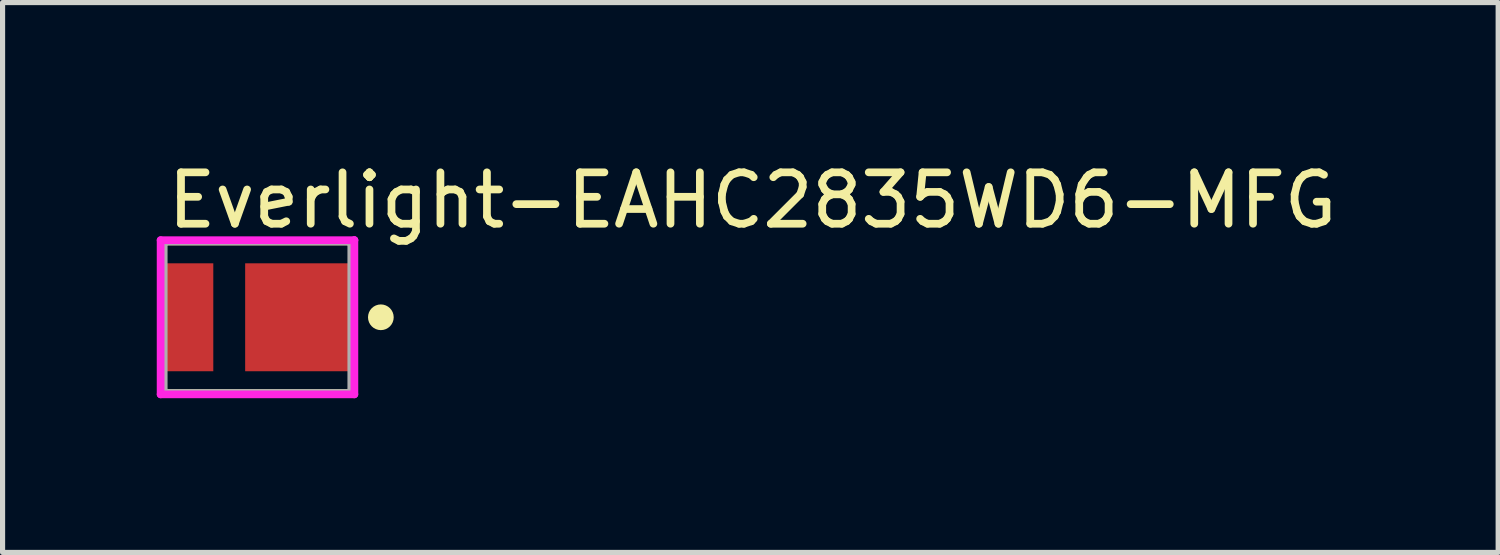
<source format=kicad_pcb>
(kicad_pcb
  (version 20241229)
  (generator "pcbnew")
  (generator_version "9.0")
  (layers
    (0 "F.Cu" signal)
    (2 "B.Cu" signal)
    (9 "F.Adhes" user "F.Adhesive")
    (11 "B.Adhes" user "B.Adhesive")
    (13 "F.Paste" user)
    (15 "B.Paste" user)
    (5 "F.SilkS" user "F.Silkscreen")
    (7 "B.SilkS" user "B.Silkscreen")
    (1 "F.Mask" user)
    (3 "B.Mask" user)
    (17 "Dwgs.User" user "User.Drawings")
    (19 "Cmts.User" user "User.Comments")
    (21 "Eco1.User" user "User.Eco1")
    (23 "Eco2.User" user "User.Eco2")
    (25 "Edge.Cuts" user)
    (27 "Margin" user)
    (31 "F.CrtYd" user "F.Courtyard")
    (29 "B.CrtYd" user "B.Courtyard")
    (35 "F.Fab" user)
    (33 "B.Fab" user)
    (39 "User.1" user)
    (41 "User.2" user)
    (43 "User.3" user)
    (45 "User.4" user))
  (footprint "Everlight-EAHC2835WD6-MFG"
    (layer "F.Cu")
    (at 1.96 3.123)
    (property "Reference" "Everlight-EAHC2835WD6-MFG" (at -1.825 -2.275 0) (layer "F.SilkS") (effects (font (size 1 1) (thickness 0.15)) (justify left)))
    (attr through_hole)
    (fp_line (start -1.825 -1.475) (end 1.825 -1.475) (stroke (width 0.15) (type solid)) (layer "F.SilkS"))
    (fp_line (start -1.825 -1.425) (end -1.825 -1.475) (stroke (width 0.15) (type solid)) (layer "F.SilkS"))
    (fp_line (start -1.825 1.475) (end -1.825 1.425) (stroke (width 0.15) (type solid)) (layer "F.SilkS"))
    (fp_line (start -1.825 1.475) (end 1.825 1.475) (stroke (width 0.15) (type solid)) (layer "F.SilkS"))
    (fp_line (start 1.825 -1.425) (end 1.825 -1.475) (stroke (width 0.15) (type solid)) (layer "F.SilkS"))
    (fp_line (start 1.825 1.475) (end 1.825 1.425) (stroke (width 0.15) (type solid)) (layer "F.SilkS"))
    (fp_circle (center 2.4 0) (end 2.525 0) (stroke (width 0.25) (type solid)) (fill no) (layer "F.SilkS"))
    (fp_line (start -1.885 -1.5) (end -1.885 1.5) (stroke (width 0.15) (type solid)) (layer "F.CrtYd"))
    (fp_line (start -1.885 1.5) (end 1.885 1.5) (stroke (width 0.15) (type solid)) (layer "F.CrtYd"))
    (fp_line (start 1.885 -1.5) (end -1.885 -1.5) (stroke (width 0.15) (type solid)) (layer "F.CrtYd"))
    (fp_line (start 1.885 -1.5) (end 1.885 -1.5) (stroke (width 0.15) (type solid)) (layer "F.CrtYd"))
    (fp_line (start 1.885 1.5) (end 1.885 -1.5) (stroke (width 0.15) (type solid)) (layer "F.CrtYd"))
    (fp_line (start -1.825 -1.475) (end 1.825 -1.475) (stroke (width 0.15) (type solid)) (layer "F.Fab"))
    (fp_line (start -1.825 1.475) (end -1.825 -1.475) (stroke (width 0.15) (type solid)) (layer "F.Fab"))
    (fp_line (start 1.825 -1.475) (end 1.825 1.475) (stroke (width 0.15) (type solid)) (layer "F.Fab"))
    (fp_line (start 1.825 1.475) (end -1.825 1.475) (stroke (width 0.15) (type solid)) (layer "F.Fab"))
    (pad "1" smd rect (at 0.81 0) (size 2.1 2.1) (layers "F.Cu" "F.Mask" "F.Paste"))
    (pad "2" smd rect (at -1.36 0) (size 1 2.1) (layers "F.Cu" "F.Mask" "F.Paste")))
  (gr_rect
    (start -3 -3)
    (end 26.099 7.698)
    (stroke (width 0.1) (type default))
    (fill no)
    (layer "Edge.Cuts")))
</source>
